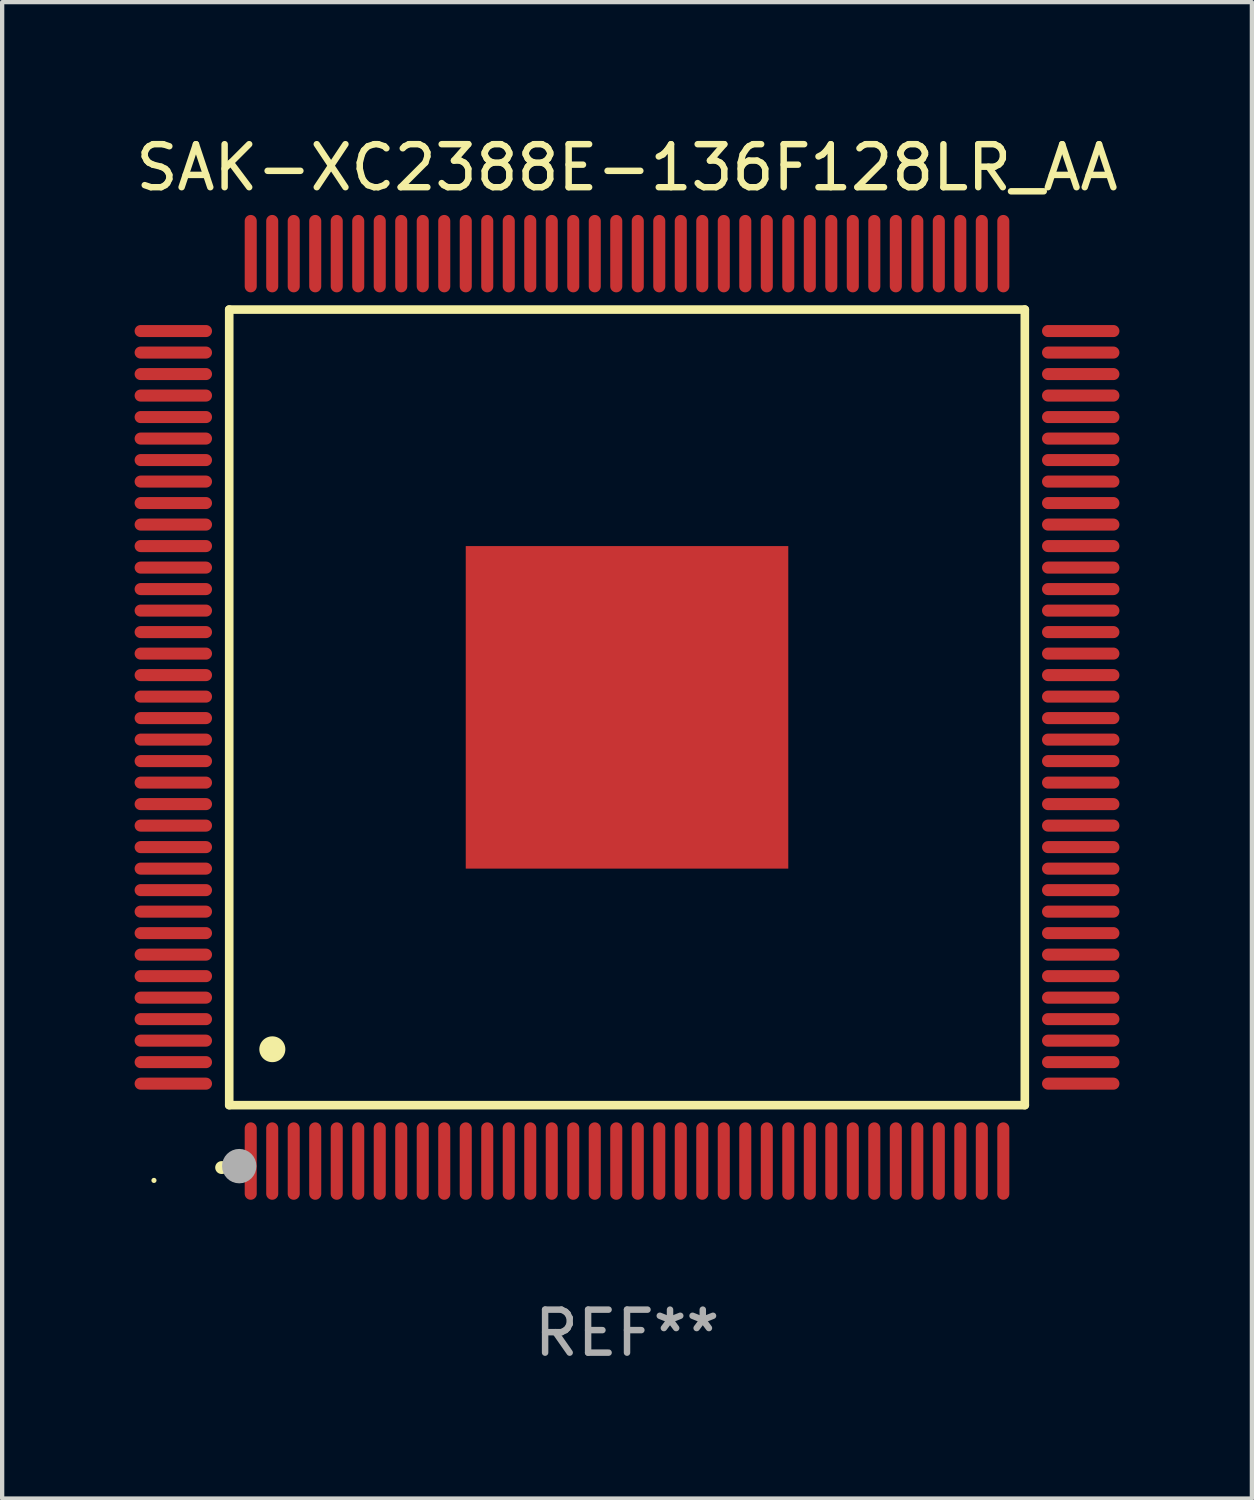
<source format=kicad_pcb>
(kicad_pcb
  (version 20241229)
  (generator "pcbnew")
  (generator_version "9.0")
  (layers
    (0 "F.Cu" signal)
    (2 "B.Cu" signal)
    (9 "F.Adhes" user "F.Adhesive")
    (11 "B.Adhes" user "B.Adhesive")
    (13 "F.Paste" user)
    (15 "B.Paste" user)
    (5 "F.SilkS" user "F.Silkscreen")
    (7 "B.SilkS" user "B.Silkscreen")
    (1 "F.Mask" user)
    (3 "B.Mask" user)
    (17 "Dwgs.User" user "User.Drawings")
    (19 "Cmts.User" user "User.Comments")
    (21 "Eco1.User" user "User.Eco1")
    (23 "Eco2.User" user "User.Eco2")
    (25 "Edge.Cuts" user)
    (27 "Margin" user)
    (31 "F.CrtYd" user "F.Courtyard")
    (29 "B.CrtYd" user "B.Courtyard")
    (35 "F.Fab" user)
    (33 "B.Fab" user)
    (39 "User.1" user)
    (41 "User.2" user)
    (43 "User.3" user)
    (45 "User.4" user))
  (footprint "SAK-XC2388E-136F128LR_AA"
    (layer "F.Cu")
    (at 11.53 13.398)
    (property "Reference" "SAK-XC2388E-136F128LR_AA" (at 0 -12.55 0) (layer "F.SilkS") (effects (font (size 1 1) (thickness 0.15))))
    (attr through_hole)
    (fp_line (start -9.25 -9.25) (end 9.25 -9.25) (stroke (width 0.2) (type solid)) (layer "F.SilkS"))
    (fp_line (start -9.25 9.25) (end -9.25 -9.25) (stroke (width 0.2) (type solid)) (layer "F.SilkS"))
    (fp_line (start 9.25 -9.25) (end 9.25 9.25) (stroke (width 0.2) (type solid)) (layer "F.SilkS"))
    (fp_line (start 9.25 9.25) (end -9.25 9.25) (stroke (width 0.2) (type solid)) (layer "F.SilkS"))
    (fp_arc (start -9.425959 10.701041) (mid -9.424689 10.701036) (end -9.423419 10.701041) (stroke (width 0.3) (type solid)) (layer "F.SilkS"))
    (fp_arc (start -8.249936 7.950216) (mid -8.247396 7.950205) (end -8.244856 7.950216) (stroke (width 0.6) (type solid)) (layer "F.SilkS"))
    (fp_circle (center -11 11) (end -10.97 11) (stroke (width 0.06) (type solid)) (fill no) (layer "F.SilkS"))
    (fp_circle (center -9.017 10.668) (end -8.817 10.668) (stroke (width 0.4) (type solid)) (fill no) (layer "F.Fab"))
    (fp_text user "REF**" (at 0 14.55 0) (layer "F.Fab") (effects (font (size 1 1) (thickness 0.15))))
    (pad "1" smd oval (at -8.75 10.55 180) (size 0.28 1.8) (layers "F.Cu" "F.Mask" "F.Paste"))
    (pad "2" smd oval (at -8.25 10.55 180) (size 0.28 1.8) (layers "F.Cu" "F.Mask" "F.Paste"))
    (pad "3" smd oval (at -7.75 10.55 180) (size 0.28 1.8) (layers "F.Cu" "F.Mask" "F.Paste"))
    (pad "4" smd oval (at -7.25 10.55 180) (size 0.28 1.8) (layers "F.Cu" "F.Mask" "F.Paste"))
    (pad "5" smd oval (at -6.75 10.55 180) (size 0.28 1.8) (layers "F.Cu" "F.Mask" "F.Paste"))
    (pad "6" smd oval (at -6.25 10.55 180) (size 0.28 1.8) (layers "F.Cu" "F.Mask" "F.Paste"))
    (pad "7" smd oval (at -5.75 10.55 180) (size 0.28 1.8) (layers "F.Cu" "F.Mask" "F.Paste"))
    (pad "8" smd oval (at -5.25 10.55 180) (size 0.28 1.8) (layers "F.Cu" "F.Mask" "F.Paste"))
    (pad "9" smd oval (at -4.75 10.55 180) (size 0.28 1.8) (layers "F.Cu" "F.Mask" "F.Paste"))
    (pad "10" smd oval (at -4.25 10.55 180) (size 0.28 1.8) (layers "F.Cu" "F.Mask" "F.Paste"))
    (pad "11" smd oval (at -3.75 10.55 180) (size 0.28 1.8) (layers "F.Cu" "F.Mask" "F.Paste"))
    (pad "12" smd oval (at -3.25 10.55 180) (size 0.28 1.8) (layers "F.Cu" "F.Mask" "F.Paste"))
    (pad "13" smd oval (at -2.75 10.55 180) (size 0.28 1.8) (layers "F.Cu" "F.Mask" "F.Paste"))
    (pad "14" smd oval (at -2.25 10.55 180) (size 0.28 1.8) (layers "F.Cu" "F.Mask" "F.Paste"))
    (pad "15" smd oval (at -1.75 10.55 180) (size 0.28 1.8) (layers "F.Cu" "F.Mask" "F.Paste"))
    (pad "16" smd oval (at -1.25 10.55 180) (size 0.28 1.8) (layers "F.Cu" "F.Mask" "F.Paste"))
    (pad "17" smd oval (at -0.75 10.55 180) (size 0.28 1.8) (layers "F.Cu" "F.Mask" "F.Paste"))
    (pad "18" smd oval (at -0.25 10.55 180) (size 0.28 1.8) (layers "F.Cu" "F.Mask" "F.Paste"))
    (pad "19" smd oval (at 0.25 10.55 180) (size 0.28 1.8) (layers "F.Cu" "F.Mask" "F.Paste"))
    (pad "20" smd oval (at 0.75 10.55 180) (size 0.28 1.8) (layers "F.Cu" "F.Mask" "F.Paste"))
    (pad "21" smd oval (at 1.25 10.55 180) (size 0.28 1.8) (layers "F.Cu" "F.Mask" "F.Paste"))
    (pad "22" smd oval (at 1.75 10.55 180) (size 0.28 1.8) (layers "F.Cu" "F.Mask" "F.Paste"))
    (pad "23" smd oval (at 2.25 10.55 180) (size 0.28 1.8) (layers "F.Cu" "F.Mask" "F.Paste"))
    (pad "24" smd oval (at 2.75 10.55 180) (size 0.28 1.8) (layers "F.Cu" "F.Mask" "F.Paste"))
    (pad "25" smd oval (at 3.25 10.55 180) (size 0.28 1.8) (layers "F.Cu" "F.Mask" "F.Paste"))
    (pad "26" smd oval (at 3.75 10.55 180) (size 0.28 1.8) (layers "F.Cu" "F.Mask" "F.Paste"))
    (pad "27" smd oval (at 4.25 10.55 180) (size 0.28 1.8) (layers "F.Cu" "F.Mask" "F.Paste"))
    (pad "28" smd oval (at 4.75 10.55 180) (size 0.28 1.8) (layers "F.Cu" "F.Mask" "F.Paste"))
    (pad "29" smd oval (at 5.25 10.55 180) (size 0.28 1.8) (layers "F.Cu" "F.Mask" "F.Paste"))
    (pad "30" smd oval (at 5.75 10.55 180) (size 0.28 1.8) (layers "F.Cu" "F.Mask" "F.Paste"))
    (pad "31" smd oval (at 6.25 10.55 180) (size 0.28 1.8) (layers "F.Cu" "F.Mask" "F.Paste"))
    (pad "32" smd oval (at 6.75 10.55 180) (size 0.28 1.8) (layers "F.Cu" "F.Mask" "F.Paste"))
    (pad "33" smd oval (at 7.25 10.55 180) (size 0.28 1.8) (layers "F.Cu" "F.Mask" "F.Paste"))
    (pad "34" smd oval (at 7.75 10.55 180) (size 0.28 1.8) (layers "F.Cu" "F.Mask" "F.Paste"))
    (pad "35" smd oval (at 8.25 10.55 180) (size 0.28 1.8) (layers "F.Cu" "F.Mask" "F.Paste"))
    (pad "36" smd oval (at 8.75 10.55 180) (size 0.28 1.8) (layers "F.Cu" "F.Mask" "F.Paste"))
    (pad "37" smd oval (at 10.55 8.75 90) (size 0.28 1.8) (layers "F.Cu" "F.Mask" "F.Paste"))
    (pad "38" smd oval (at 10.55 8.25 90) (size 0.28 1.8) (layers "F.Cu" "F.Mask" "F.Paste"))
    (pad "39" smd oval (at 10.55 7.75 90) (size 0.28 1.8) (layers "F.Cu" "F.Mask" "F.Paste"))
    (pad "40" smd oval (at 10.55 7.25 90) (size 0.28 1.8) (layers "F.Cu" "F.Mask" "F.Paste"))
    (pad "41" smd oval (at 10.55 6.75 90) (size 0.28 1.8) (layers "F.Cu" "F.Mask" "F.Paste"))
    (pad "42" smd oval (at 10.55 6.25 90) (size 0.28 1.8) (layers "F.Cu" "F.Mask" "F.Paste"))
    (pad "43" smd oval (at 10.55 5.75 90) (size 0.28 1.8) (layers "F.Cu" "F.Mask" "F.Paste"))
    (pad "44" smd oval (at 10.55 5.25 90) (size 0.28 1.8) (layers "F.Cu" "F.Mask" "F.Paste"))
    (pad "45" smd oval (at 10.55 4.75 90) (size 0.28 1.8) (layers "F.Cu" "F.Mask" "F.Paste"))
    (pad "46" smd oval (at 10.55 4.25 90) (size 0.28 1.8) (layers "F.Cu" "F.Mask" "F.Paste"))
    (pad "47" smd oval (at 10.55 3.75 90) (size 0.28 1.8) (layers "F.Cu" "F.Mask" "F.Paste"))
    (pad "48" smd oval (at 10.55 3.25 90) (size 0.28 1.8) (layers "F.Cu" "F.Mask" "F.Paste"))
    (pad "49" smd oval (at 10.55 2.75 90) (size 0.28 1.8) (layers "F.Cu" "F.Mask" "F.Paste"))
    (pad "50" smd oval (at 10.55 2.25 90) (size 0.28 1.8) (layers "F.Cu" "F.Mask" "F.Paste"))
    (pad "51" smd oval (at 10.55 1.75 90) (size 0.28 1.8) (layers "F.Cu" "F.Mask" "F.Paste"))
    (pad "52" smd oval (at 10.55 1.25 90) (size 0.28 1.8) (layers "F.Cu" "F.Mask" "F.Paste"))
    (pad "53" smd oval (at 10.55 0.75 90) (size 0.28 1.8) (layers "F.Cu" "F.Mask" "F.Paste"))
    (pad "54" smd oval (at 10.55 0.25 90) (size 0.28 1.8) (layers "F.Cu" "F.Mask" "F.Paste"))
    (pad "55" smd oval (at 10.55 -0.25 90) (size 0.28 1.8) (layers "F.Cu" "F.Mask" "F.Paste"))
    (pad "56" smd oval (at 10.55 -0.75 90) (size 0.28 1.8) (layers "F.Cu" "F.Mask" "F.Paste"))
    (pad "57" smd oval (at 10.55 -1.25 90) (size 0.28 1.8) (layers "F.Cu" "F.Mask" "F.Paste"))
    (pad "58" smd oval (at 10.55 -1.75 90) (size 0.28 1.8) (layers "F.Cu" "F.Mask" "F.Paste"))
    (pad "59" smd oval (at 10.55 -2.25 90) (size 0.28 1.8) (layers "F.Cu" "F.Mask" "F.Paste"))
    (pad "60" smd oval (at 10.55 -2.75 90) (size 0.28 1.8) (layers "F.Cu" "F.Mask" "F.Paste"))
    (pad "61" smd oval (at 10.55 -3.25 90) (size 0.28 1.8) (layers "F.Cu" "F.Mask" "F.Paste"))
    (pad "62" smd oval (at 10.55 -3.75 90) (size 0.28 1.8) (layers "F.Cu" "F.Mask" "F.Paste"))
    (pad "63" smd oval (at 10.55 -4.25 90) (size 0.28 1.8) (layers "F.Cu" "F.Mask" "F.Paste"))
    (pad "64" smd oval (at 10.55 -4.75 90) (size 0.28 1.8) (layers "F.Cu" "F.Mask" "F.Paste"))
    (pad "65" smd oval (at 10.55 -5.25 90) (size 0.28 1.8) (layers "F.Cu" "F.Mask" "F.Paste"))
    (pad "66" smd oval (at 10.55 -5.75 90) (size 0.28 1.8) (layers "F.Cu" "F.Mask" "F.Paste"))
    (pad "67" smd oval (at 10.55 -6.25 90) (size 0.28 1.8) (layers "F.Cu" "F.Mask" "F.Paste"))
    (pad "68" smd oval (at 10.55 -6.75 90) (size 0.28 1.8) (layers "F.Cu" "F.Mask" "F.Paste"))
    (pad "69" smd oval (at 10.55 -7.25 90) (size 0.28 1.8) (layers "F.Cu" "F.Mask" "F.Paste"))
    (pad "70" smd oval (at 10.55 -7.75 90) (size 0.28 1.8) (layers "F.Cu" "F.Mask" "F.Paste"))
    (pad "71" smd oval (at 10.55 -8.25 90) (size 0.28 1.8) (layers "F.Cu" "F.Mask" "F.Paste"))
    (pad "72" smd oval (at 10.55 -8.75 90) (size 0.28 1.8) (layers "F.Cu" "F.Mask" "F.Paste"))
    (pad "73" smd oval (at 8.75 -10.55 180) (size 0.28 1.8) (layers "F.Cu" "F.Mask" "F.Paste"))
    (pad "74" smd oval (at 8.25 -10.55 180) (size 0.28 1.8) (layers "F.Cu" "F.Mask" "F.Paste"))
    (pad "75" smd oval (at 7.75 -10.55 180) (size 0.28 1.8) (layers "F.Cu" "F.Mask" "F.Paste"))
    (pad "76" smd oval (at 7.25 -10.55 180) (size 0.28 1.8) (layers "F.Cu" "F.Mask" "F.Paste"))
    (pad "77" smd oval (at 6.75 -10.55 180) (size 0.28 1.8) (layers "F.Cu" "F.Mask" "F.Paste"))
    (pad "78" smd oval (at 6.25 -10.55 180) (size 0.28 1.8) (layers "F.Cu" "F.Mask" "F.Paste"))
    (pad "79" smd oval (at 5.75 -10.55 180) (size 0.28 1.8) (layers "F.Cu" "F.Mask" "F.Paste"))
    (pad "80" smd oval (at 5.25 -10.55 180) (size 0.28 1.8) (layers "F.Cu" "F.Mask" "F.Paste"))
    (pad "81" smd oval (at 4.75 -10.55 180) (size 0.28 1.8) (layers "F.Cu" "F.Mask" "F.Paste"))
    (pad "82" smd oval (at 4.25 -10.55 180) (size 0.28 1.8) (layers "F.Cu" "F.Mask" "F.Paste"))
    (pad "83" smd oval (at 3.75 -10.55 180) (size 0.28 1.8) (layers "F.Cu" "F.Mask" "F.Paste"))
    (pad "84" smd oval (at 3.25 -10.55 180) (size 0.28 1.8) (layers "F.Cu" "F.Mask" "F.Paste"))
    (pad "85" smd oval (at 2.75 -10.55 180) (size 0.28 1.8) (layers "F.Cu" "F.Mask" "F.Paste"))
    (pad "86" smd oval (at 2.25 -10.55 180) (size 0.28 1.8) (layers "F.Cu" "F.Mask" "F.Paste"))
    (pad "87" smd oval (at 1.75 -10.55 180) (size 0.28 1.8) (layers "F.Cu" "F.Mask" "F.Paste"))
    (pad "88" smd oval (at 1.25 -10.55 180) (size 0.28 1.8) (layers "F.Cu" "F.Mask" "F.Paste"))
    (pad "89" smd oval (at 0.75 -10.55 180) (size 0.28 1.8) (layers "F.Cu" "F.Mask" "F.Paste"))
    (pad "90" smd oval (at 0.25 -10.55 180) (size 0.28 1.8) (layers "F.Cu" "F.Mask" "F.Paste"))
    (pad "91" smd oval (at -0.25 -10.55 180) (size 0.28 1.8) (layers "F.Cu" "F.Mask" "F.Paste"))
    (pad "92" smd oval (at -0.75 -10.55 180) (size 0.28 1.8) (layers "F.Cu" "F.Mask" "F.Paste"))
    (pad "93" smd oval (at -1.25 -10.55 180) (size 0.28 1.8) (layers "F.Cu" "F.Mask" "F.Paste"))
    (pad "94" smd oval (at -1.75 -10.55 180) (size 0.28 1.8) (layers "F.Cu" "F.Mask" "F.Paste"))
    (pad "95" smd oval (at -2.25 -10.55 180) (size 0.28 1.8) (layers "F.Cu" "F.Mask" "F.Paste"))
    (pad "96" smd oval (at -2.75 -10.55 180) (size 0.28 1.8) (layers "F.Cu" "F.Mask" "F.Paste"))
    (pad "97" smd oval (at -3.25 -10.55 180) (size 0.28 1.8) (layers "F.Cu" "F.Mask" "F.Paste"))
    (pad "98" smd oval (at -3.75 -10.55 180) (size 0.28 1.8) (layers "F.Cu" "F.Mask" "F.Paste"))
    (pad "99" smd oval (at -4.25 -10.55 180) (size 0.28 1.8) (layers "F.Cu" "F.Mask" "F.Paste"))
    (pad "100" smd oval (at -4.75 -10.55 180) (size 0.28 1.8) (layers "F.Cu" "F.Mask" "F.Paste"))
    (pad "101" smd oval (at -5.25 -10.55 180) (size 0.28 1.8) (layers "F.Cu" "F.Mask" "F.Paste"))
    (pad "102" smd oval (at -5.75 -10.55 180) (size 0.28 1.8) (layers "F.Cu" "F.Mask" "F.Paste"))
    (pad "103" smd oval (at -6.25 -10.55 180) (size 0.28 1.8) (layers "F.Cu" "F.Mask" "F.Paste"))
    (pad "104" smd oval (at -6.75 -10.55 180) (size 0.28 1.8) (layers "F.Cu" "F.Mask" "F.Paste"))
    (pad "105" smd oval (at -7.25 -10.55 180) (size 0.28 1.8) (layers "F.Cu" "F.Mask" "F.Paste"))
    (pad "106" smd oval (at -7.75 -10.55 180) (size 0.28 1.8) (layers "F.Cu" "F.Mask" "F.Paste"))
    (pad "107" smd oval (at -8.25 -10.55 180) (size 0.28 1.8) (layers "F.Cu" "F.Mask" "F.Paste"))
    (pad "108" smd oval (at -8.75 -10.55 180) (size 0.28 1.8) (layers "F.Cu" "F.Mask" "F.Paste"))
    (pad "109" smd oval (at -10.55 -8.75 90) (size 0.28 1.8) (layers "F.Cu" "F.Mask" "F.Paste"))
    (pad "110" smd oval (at -10.55 -8.25 90) (size 0.28 1.8) (layers "F.Cu" "F.Mask" "F.Paste"))
    (pad "111" smd oval (at -10.55 -7.75 90) (size 0.28 1.8) (layers "F.Cu" "F.Mask" "F.Paste"))
    (pad "112" smd oval (at -10.55 -7.25 90) (size 0.28 1.8) (layers "F.Cu" "F.Mask" "F.Paste"))
    (pad "113" smd oval (at -10.55 -6.75 90) (size 0.28 1.8) (layers "F.Cu" "F.Mask" "F.Paste"))
    (pad "114" smd oval (at -10.55 -6.25 90) (size 0.28 1.8) (layers "F.Cu" "F.Mask" "F.Paste"))
    (pad "115" smd oval (at -10.55 -5.75 90) (size 0.28 1.8) (layers "F.Cu" "F.Mask" "F.Paste"))
    (pad "116" smd oval (at -10.55 -5.25 90) (size 0.28 1.8) (layers "F.Cu" "F.Mask" "F.Paste"))
    (pad "117" smd oval (at -10.55 -4.75 90) (size 0.28 1.8) (layers "F.Cu" "F.Mask" "F.Paste"))
    (pad "118" smd oval (at -10.55 -4.25 90) (size 0.28 1.8) (layers "F.Cu" "F.Mask" "F.Paste"))
    (pad "119" smd oval (at -10.55 -3.75 90) (size 0.28 1.8) (layers "F.Cu" "F.Mask" "F.Paste"))
    (pad "120" smd oval (at -10.55 -3.25 90) (size 0.28 1.8) (layers "F.Cu" "F.Mask" "F.Paste"))
    (pad "121" smd oval (at -10.55 -2.75 90) (size 0.28 1.8) (layers "F.Cu" "F.Mask" "F.Paste"))
    (pad "122" smd oval (at -10.55 -2.25 90) (size 0.28 1.8) (layers "F.Cu" "F.Mask" "F.Paste"))
    (pad "123" smd oval (at -10.55 -1.75 90) (size 0.28 1.8) (layers "F.Cu" "F.Mask" "F.Paste"))
    (pad "124" smd oval (at -10.55 -1.25 90) (size 0.28 1.8) (layers "F.Cu" "F.Mask" "F.Paste"))
    (pad "125" smd oval (at -10.55 -0.75 90) (size 0.28 1.8) (layers "F.Cu" "F.Mask" "F.Paste"))
    (pad "126" smd oval (at -10.55 -0.25 90) (size 0.28 1.8) (layers "F.Cu" "F.Mask" "F.Paste"))
    (pad "127" smd oval (at -10.55 0.25 90) (size 0.28 1.8) (layers "F.Cu" "F.Mask" "F.Paste"))
    (pad "128" smd oval (at -10.55 0.75 90) (size 0.28 1.8) (layers "F.Cu" "F.Mask" "F.Paste"))
    (pad "129" smd oval (at -10.55 1.25 90) (size 0.28 1.8) (layers "F.Cu" "F.Mask" "F.Paste"))
    (pad "130" smd oval (at -10.55 1.75 90) (size 0.28 1.8) (layers "F.Cu" "F.Mask" "F.Paste"))
    (pad "131" smd oval (at -10.55 2.25 90) (size 0.28 1.8) (layers "F.Cu" "F.Mask" "F.Paste"))
    (pad "132" smd oval (at -10.55 2.75 90) (size 0.28 1.8) (layers "F.Cu" "F.Mask" "F.Paste"))
    (pad "133" smd oval (at -10.55 3.25 90) (size 0.28 1.8) (layers "F.Cu" "F.Mask" "F.Paste"))
    (pad "134" smd oval (at -10.55 3.75 90) (size 0.28 1.8) (layers "F.Cu" "F.Mask" "F.Paste"))
    (pad "135" smd oval (at -10.55 4.25 90) (size 0.28 1.8) (layers "F.Cu" "F.Mask" "F.Paste"))
    (pad "136" smd oval (at -10.55 4.75 90) (size 0.28 1.8) (layers "F.Cu" "F.Mask" "F.Paste"))
    (pad "137" smd oval (at -10.55 5.25 90) (size 0.28 1.8) (layers "F.Cu" "F.Mask" "F.Paste"))
    (pad "138" smd oval (at -10.55 5.75 90) (size 0.28 1.8) (layers "F.Cu" "F.Mask" "F.Paste"))
    (pad "139" smd oval (at -10.55 6.25 90) (size 0.28 1.8) (layers "F.Cu" "F.Mask" "F.Paste"))
    (pad "140" smd oval (at -10.55 6.75 90) (size 0.28 1.8) (layers "F.Cu" "F.Mask" "F.Paste"))
    (pad "141" smd oval (at -10.55 7.25 90) (size 0.28 1.8) (layers "F.Cu" "F.Mask" "F.Paste"))
    (pad "142" smd oval (at -10.55 7.75 90) (size 0.28 1.8) (layers "F.Cu" "F.Mask" "F.Paste"))
    (pad "143" smd oval (at -10.55 8.25 90) (size 0.28 1.8) (layers "F.Cu" "F.Mask" "F.Paste"))
    (pad "144" smd oval (at -10.55 8.75 90) (size 0.28 1.8) (layers "F.Cu" "F.Mask" "F.Paste"))
    (pad "145" smd rect (at 0 0 90) (size 7.5 7.5) (layers "F.Cu" "F.Mask" "F.Paste")))
  (gr_rect
    (start -3 -3)
    (end 26.06 31.796)
    (stroke (width 0.1) (type default))
    (fill no)
    (layer "Edge.Cuts")))
</source>
